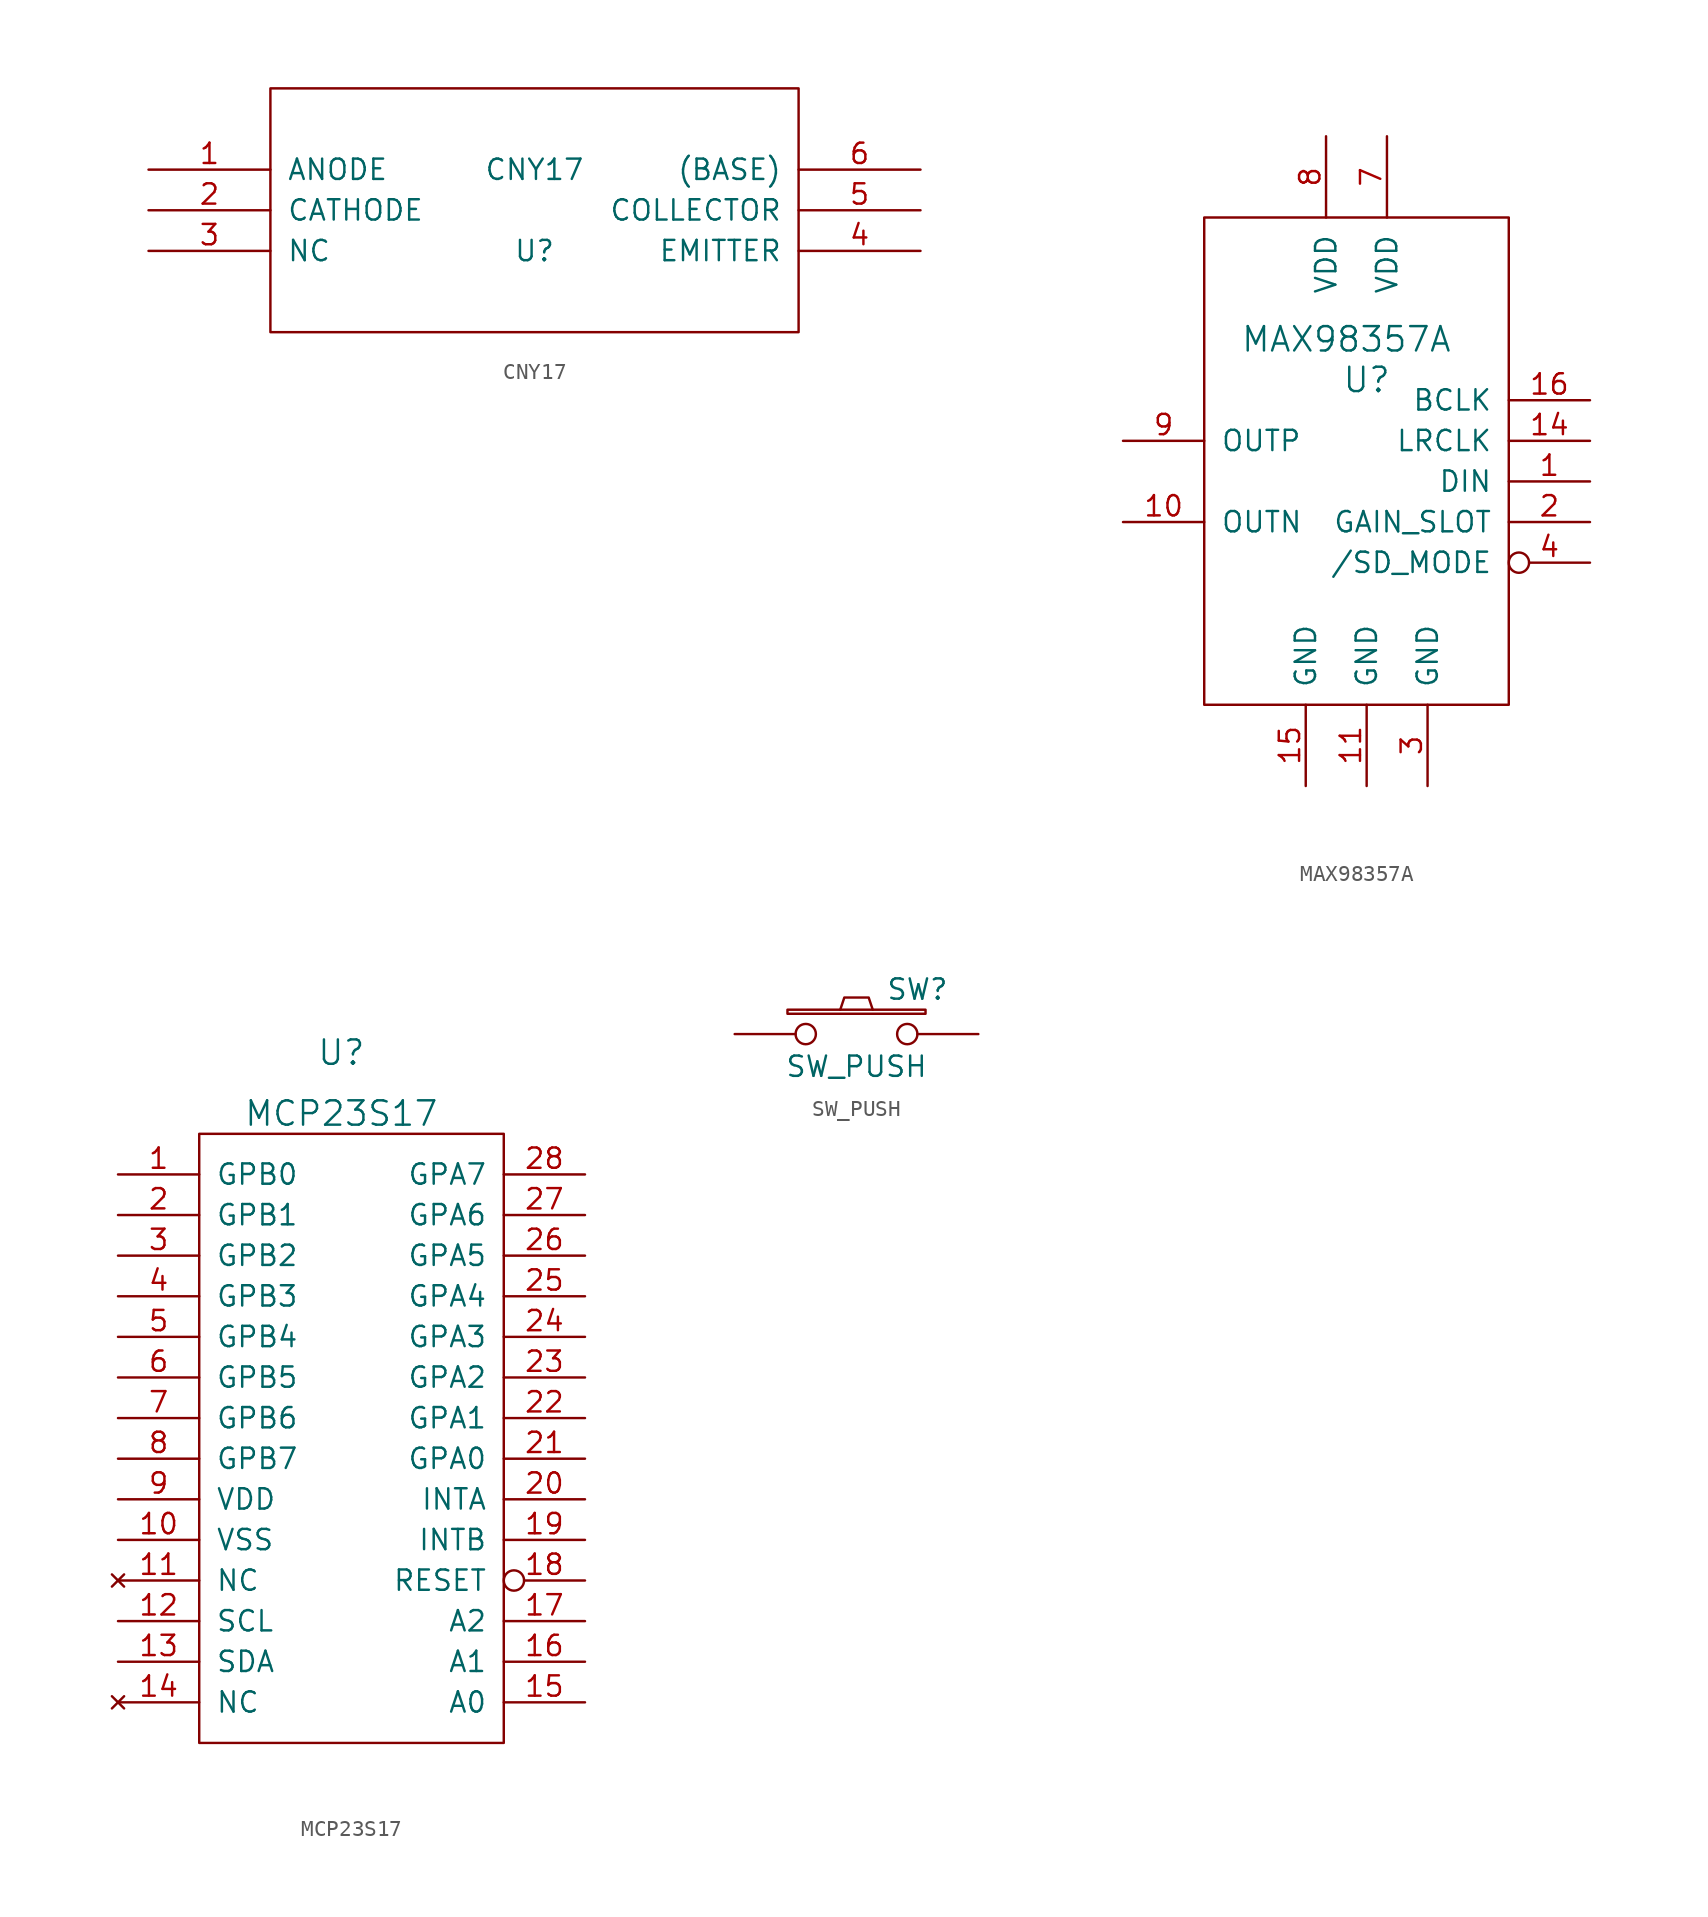
<source format=kicad_sym>
(kicad_symbol_lib
  (version 20220914)
  (generator kicad_symbol_editor)
  (symbol "CNY17"
    (pin_names
      (offset 1.016))
    (property "Reference" "U"
      (at 0 -2.54 0)
      (effects (font (size 1.27 1.27))))
    (property "Value" "CNY17"
      (at 0 2.54 0)
      (effects (font (size 1.27 1.27))))
    (symbol "CNY17_1_0"
      (rectangle (start -16.51 -7.62) (end 16.51 7.62) (stroke (width 0) (type solid)) (fill (type none))))
    (symbol "CNY17_1_1"
      (pin input line (at -24.13 2.54 0) (length 7.62) (name "ANODE" (effects (font (size 1.27 1.27)))) (number "1" (effects (font (size 1.27 1.27)))))
      (pin input line (at -24.13 0 0) (length 7.62) (name "CATHODE" (effects (font (size 1.27 1.27)))) (number "2" (effects (font (size 1.27 1.27)))))
      (pin unspecified line (at -24.13 -2.54 0) (length 7.62) (name "NC" (effects (font (size 1.27 1.27)))) (number "3" (effects (font (size 1.27 1.27)))))
      (pin bidirectional line (at 24.13 -2.54 180) (length 7.62) (name "EMITTER" (effects (font (size 1.27 1.27)))) (number "4" (effects (font (size 1.27 1.27)))))
      (pin bidirectional line (at 24.13 0 180) (length 7.62) (name "COLLECTOR" (effects (font (size 1.27 1.27)))) (number "5" (effects (font (size 1.27 1.27)))))
      (pin input line (at 24.13 2.54 180) (length 7.62) (name "(BASE)" (effects (font (size 1.27 1.27)))) (number "6" (effects (font (size 1.27 1.27)))))))
  (symbol "MAX98357A"
    (pin_names
      (offset 1.016))
    (property "Reference" "U"
      (at -17.78 -7.62 0)
      (effects (font (size 1.524 1.524))))
    (property "Value" "MAX98357A"
      (at -19.05 -5.08 0)
      (effects (font (size 1.524 1.524))))
    (symbol "MAX98357A_0_1"
      (rectangle (start -27.94 2.54) (end -8.89 -27.94) (stroke (width 0) (type solid)) (fill (type none))))
    (symbol "MAX98357A_1_1"
      (pin input line (at -3.81 -13.97 180) (length 5.08) (name "DIN" (effects (font (size 1.27 1.27)))) (number "1" (effects (font (size 1.27 1.27)))))
      (pin output line (at -33.02 -16.51 0) (length 5.08) (name "OUTN" (effects (font (size 1.27 1.27)))) (number "10" (effects (font (size 1.27 1.27)))))
      (pin power_in line (at -17.78 -33.02 90) (length 5.08) (name "GND" (effects (font (size 1.27 1.27)))) (number "11" (effects (font (size 1.27 1.27)))))
      (pin no_connect line (at -3.81 -3.81 180) (length 5.08) hide (name "NC" (effects (font (size 1.27 1.27)))) (number "12" (effects (font (size 1.27 1.27)))))
      (pin no_connect line (at -3.81 -6.35 180) (length 5.08) hide (name "NC" (effects (font (size 1.27 1.27)))) (number "13" (effects (font (size 1.27 1.27)))))
      (pin input line (at -3.81 -11.43 180) (length 5.08) (name "LRCLK" (effects (font (size 1.27 1.27)))) (number "14" (effects (font (size 1.27 1.27)))))
      (pin power_in line (at -21.59 -33.02 90) (length 5.08) (name "GND" (effects (font (size 1.27 1.27)))) (number "15" (effects (font (size 1.27 1.27)))))
      (pin input line (at -3.81 -8.89 180) (length 5.08) (name "BCLK" (effects (font (size 1.27 1.27)))) (number "16" (effects (font (size 1.27 1.27)))))
      (pin input line (at -3.81 -16.51 180) (length 5.08) (name "GAIN_SLOT" (effects (font (size 1.27 1.27)))) (number "2" (effects (font (size 1.27 1.27)))))
      (pin power_in line (at -13.97 -33.02 90) (length 5.08) (name "GND" (effects (font (size 1.27 1.27)))) (number "3" (effects (font (size 1.27 1.27)))))
      (pin input inverted (at -3.81 -19.05 180) (length 5.08) (name "/SD_MODE" (effects (font (size 1.27 1.27)))) (number "4" (effects (font (size 1.27 1.27)))))
      (pin no_connect line (at -3.81 -1.27 180) (length 5.08) hide (name "NC" (effects (font (size 1.27 1.27)))) (number "5" (effects (font (size 1.27 1.27)))))
      (pin no_connect line (at -3.81 1.27 180) (length 5.08) hide (name "NC" (effects (font (size 1.27 1.27)))) (number "6" (effects (font (size 1.27 1.27)))))
      (pin power_in line (at -16.51 7.62 270) (length 5.08) (name "VDD" (effects (font (size 1.27 1.27)))) (number "7" (effects (font (size 1.27 1.27)))))
      (pin power_in line (at -20.32 7.62 270) (length 5.08) (name "VDD" (effects (font (size 1.27 1.27)))) (number "8" (effects (font (size 1.27 1.27)))))
      (pin output line (at -33.02 -11.43 0) (length 5.08) (name "OUTP" (effects (font (size 1.27 1.27)))) (number "9" (effects (font (size 1.27 1.27)))))))
  (symbol "MCP23S17"
    (pin_names
      (offset 1.016))
    (property "Reference" "U"
      (at 0 0 0)
      (effects (font (size 1.524 1.524))))
    (property "Value" "MCP23S17"
      (at 0 -3.81 0)
      (effects (font (size 1.524 1.524))))
    (symbol "MCP23S17_0_1"
      (rectangle (start -8.89 -5.08) (end 10.16 -43.18) (stroke (width 0) (type solid)) (fill (type none))))
    (symbol "MCP23S17_1_1"
      (pin bidirectional line (at -13.97 -7.62 0) (length 5.08) (name "GPB0" (effects (font (size 1.27 1.27)))) (number "1" (effects (font (size 1.27 1.27)))))
      (pin power_in line (at -13.97 -30.48 0) (length 5.08) (name "VSS" (effects (font (size 1.27 1.27)))) (number "10" (effects (font (size 1.27 1.27)))))
      (pin no_connect line (at -13.97 -33.02 0) (length 5.08) (name "NC" (effects (font (size 1.27 1.27)))) (number "11" (effects (font (size 1.27 1.27)))))
      (pin input line (at -13.97 -35.56 0) (length 5.08) (name "SCL" (effects (font (size 1.27 1.27)))) (number "12" (effects (font (size 1.27 1.27)))))
      (pin open_collector line (at -13.97 -38.1 0) (length 5.08) (name "SDA" (effects (font (size 1.27 1.27)))) (number "13" (effects (font (size 1.27 1.27)))))
      (pin no_connect line (at -13.97 -40.64 0) (length 5.08) (name "NC" (effects (font (size 1.27 1.27)))) (number "14" (effects (font (size 1.27 1.27)))))
      (pin input line (at 15.24 -40.64 180) (length 5.08) (name "A0" (effects (font (size 1.27 1.27)))) (number "15" (effects (font (size 1.27 1.27)))))
      (pin input line (at 15.24 -38.1 180) (length 5.08) (name "A1" (effects (font (size 1.27 1.27)))) (number "16" (effects (font (size 1.27 1.27)))))
      (pin input line (at 15.24 -35.56 180) (length 5.08) (name "A2" (effects (font (size 1.27 1.27)))) (number "17" (effects (font (size 1.27 1.27)))))
      (pin input inverted (at 15.24 -33.02 180) (length 5.08) (name "RESET" (effects (font (size 1.27 1.27)))) (number "18" (effects (font (size 1.27 1.27)))))
      (pin open_collector line (at 15.24 -30.48 180) (length 5.08) (name "INTB" (effects (font (size 1.27 1.27)))) (number "19" (effects (font (size 1.27 1.27)))))
      (pin bidirectional line (at -13.97 -10.16 0) (length 5.08) (name "GPB1" (effects (font (size 1.27 1.27)))) (number "2" (effects (font (size 1.27 1.27)))))
      (pin open_collector line (at 15.24 -27.94 180) (length 5.08) (name "INTA" (effects (font (size 1.27 1.27)))) (number "20" (effects (font (size 1.27 1.27)))))
      (pin bidirectional line (at 15.24 -25.4 180) (length 5.08) (name "GPA0" (effects (font (size 1.27 1.27)))) (number "21" (effects (font (size 1.27 1.27)))))
      (pin bidirectional line (at 15.24 -22.86 180) (length 5.08) (name "GPA1" (effects (font (size 1.27 1.27)))) (number "22" (effects (font (size 1.27 1.27)))))
      (pin bidirectional line (at 15.24 -20.32 180) (length 5.08) (name "GPA2" (effects (font (size 1.27 1.27)))) (number "23" (effects (font (size 1.27 1.27)))))
      (pin bidirectional line (at 15.24 -17.78 180) (length 5.08) (name "GPA3" (effects (font (size 1.27 1.27)))) (number "24" (effects (font (size 1.27 1.27)))))
      (pin bidirectional line (at 15.24 -15.24 180) (length 5.08) (name "GPA4" (effects (font (size 1.27 1.27)))) (number "25" (effects (font (size 1.27 1.27)))))
      (pin bidirectional line (at 15.24 -12.7 180) (length 5.08) (name "GPA5" (effects (font (size 1.27 1.27)))) (number "26" (effects (font (size 1.27 1.27)))))
      (pin bidirectional line (at 15.24 -10.16 180) (length 5.08) (name "GPA6" (effects (font (size 1.27 1.27)))) (number "27" (effects (font (size 1.27 1.27)))))
      (pin bidirectional line (at 15.24 -7.62 180) (length 5.08) (name "GPA7" (effects (font (size 1.27 1.27)))) (number "28" (effects (font (size 1.27 1.27)))))
      (pin bidirectional line (at -13.97 -12.7 0) (length 5.08) (name "GPB2" (effects (font (size 1.27 1.27)))) (number "3" (effects (font (size 1.27 1.27)))))
      (pin bidirectional line (at -13.97 -15.24 0) (length 5.08) (name "GPB3" (effects (font (size 1.27 1.27)))) (number "4" (effects (font (size 1.27 1.27)))))
      (pin bidirectional line (at -13.97 -17.78 0) (length 5.08) (name "GPB4" (effects (font (size 1.27 1.27)))) (number "5" (effects (font (size 1.27 1.27)))))
      (pin bidirectional line (at -13.97 -20.32 0) (length 5.08) (name "GPB5" (effects (font (size 1.27 1.27)))) (number "6" (effects (font (size 1.27 1.27)))))
      (pin bidirectional line (at -13.97 -22.86 0) (length 5.08) (name "GPB6" (effects (font (size 1.27 1.27)))) (number "7" (effects (font (size 1.27 1.27)))))
      (pin bidirectional line (at -13.97 -25.4 0) (length 5.08) (name "GPB7" (effects (font (size 1.27 1.27)))) (number "8" (effects (font (size 1.27 1.27)))))
      (pin power_in line (at -13.97 -27.94 0) (length 5.08) (name "VDD" (effects (font (size 1.27 1.27)))) (number "9" (effects (font (size 1.27 1.27)))))))
  (symbol "SW_PUSH"
    (pin_numbers hide)
    (pin_names
      (offset 1.016) hide)
    (property "Reference" "SW"
      (at 3.81 2.794 0)
      (effects (font (size 1.27 1.27))))
    (property "Value" "SW_PUSH"
      (at 0 -2.032 0)
      (effects (font (size 1.27 1.27))))
    (symbol "SW_PUSH_0_1"
      (rectangle (start -4.318 1.27) (end 4.318 1.524) (stroke (width 0) (type solid)) (fill (type none)))
      (polyline (pts (xy -1.016 1.524) (xy -0.762 2.286) (xy 0.762 2.286) (xy 1.016 1.524)) (stroke (width 0) (type solid)) (fill (type none)))
      (pin passive inverted (at -7.62 0 0) (length 5.08) (name "1" (effects (font (size 1.524 1.524)))) (number "NO1" (effects (font (size 1.524 1.524)))))
      (pin passive inverted (at 7.62 0 180) (length 5.08) (name "NO2" (effects (font (size 1.524 1.524)))) (number "NO2" (effects (font (size 1.524 1.524))))))))
</source>
